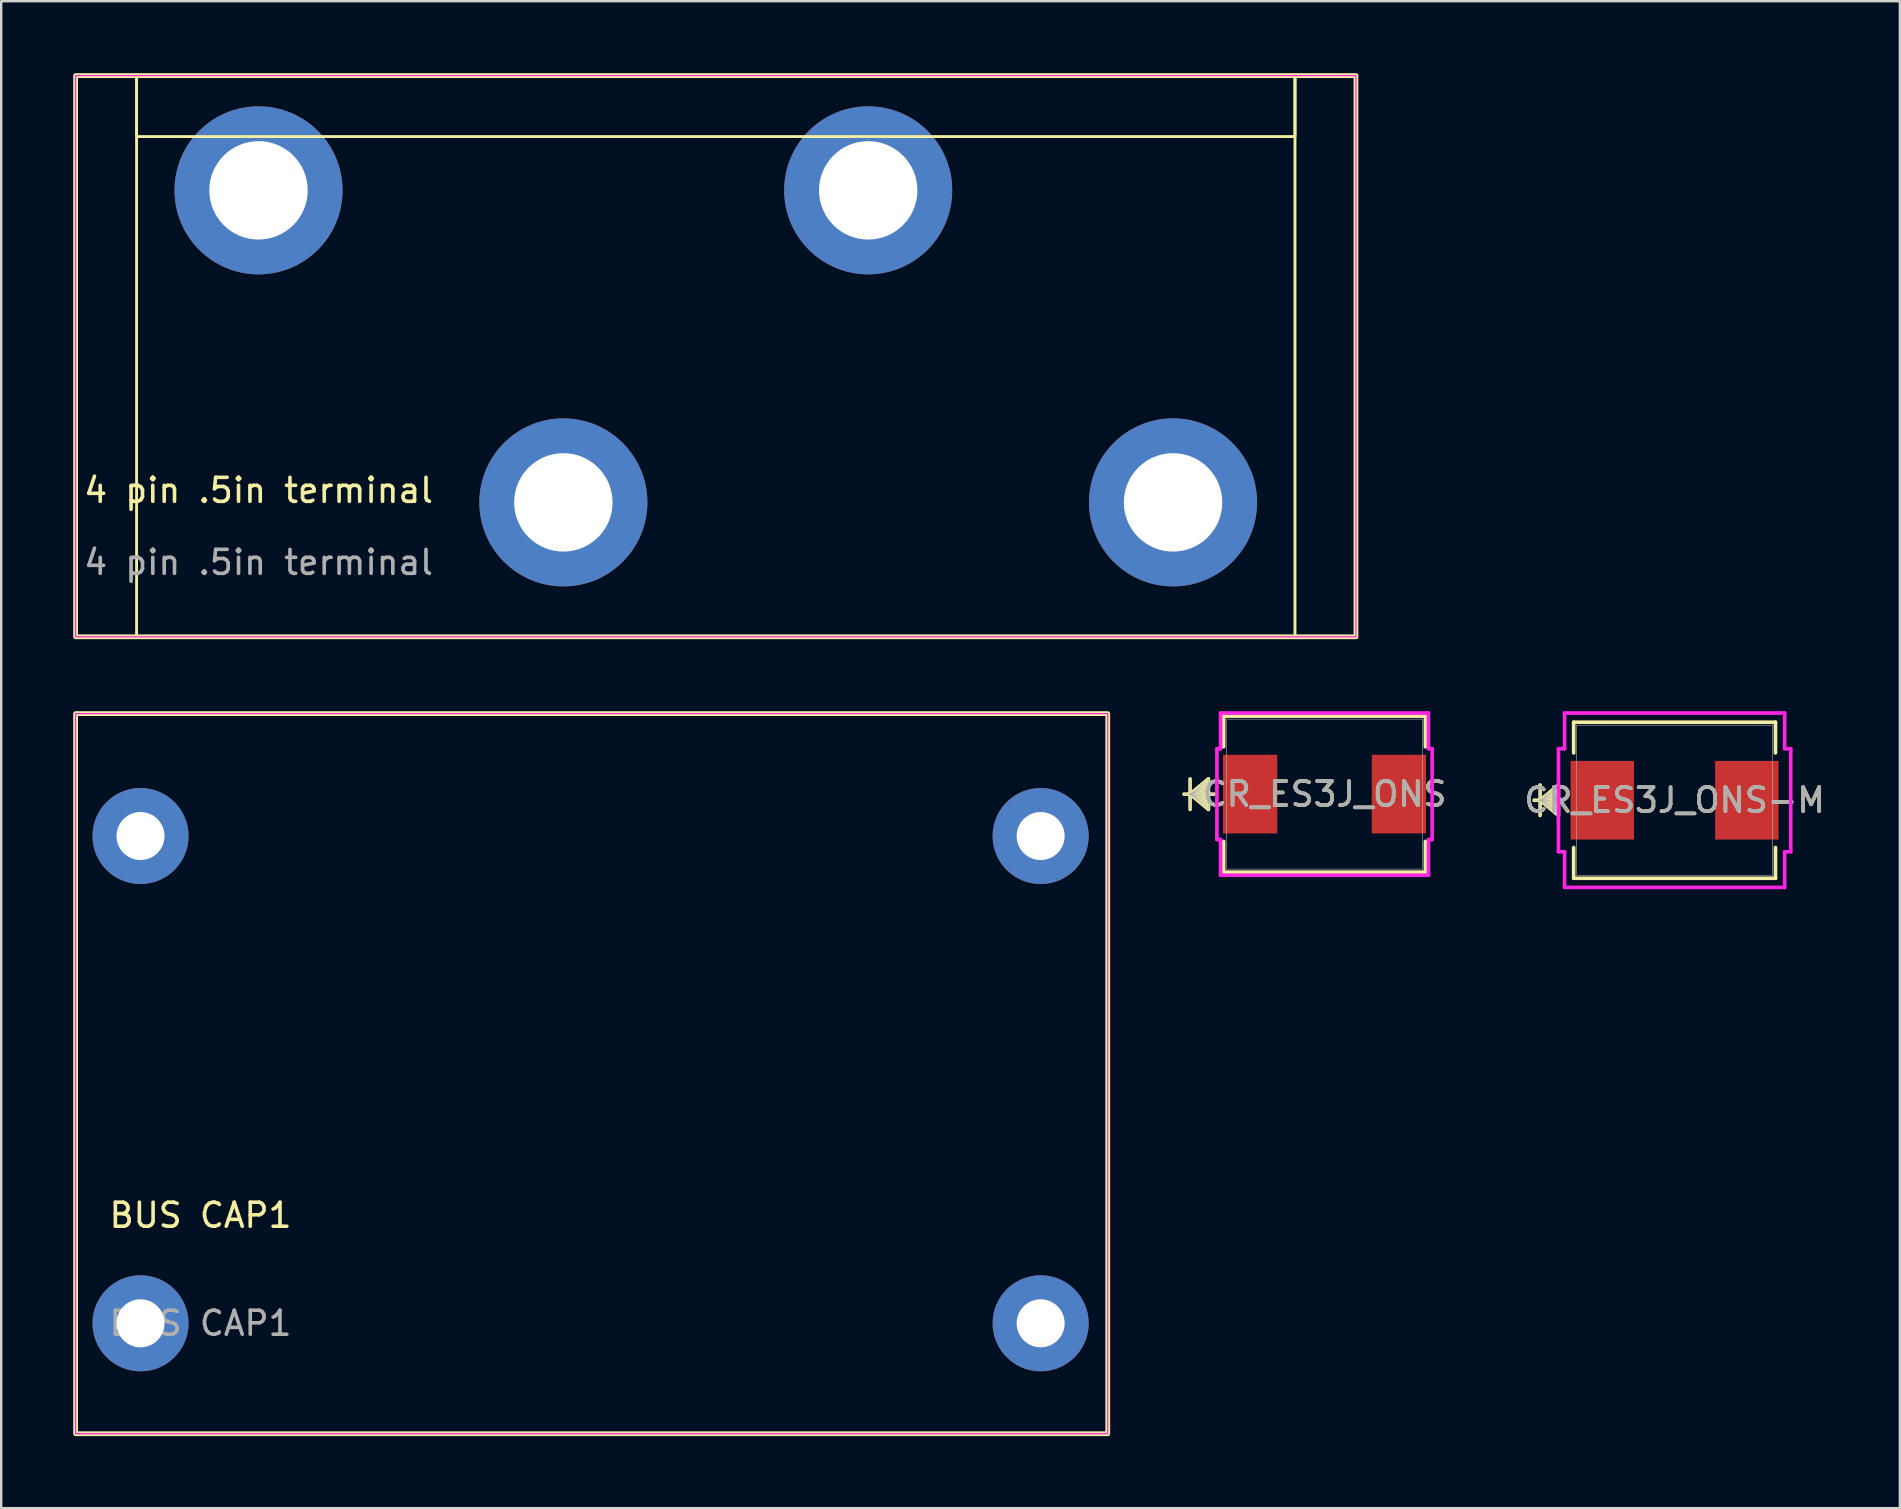
<source format=kicad_pcb>
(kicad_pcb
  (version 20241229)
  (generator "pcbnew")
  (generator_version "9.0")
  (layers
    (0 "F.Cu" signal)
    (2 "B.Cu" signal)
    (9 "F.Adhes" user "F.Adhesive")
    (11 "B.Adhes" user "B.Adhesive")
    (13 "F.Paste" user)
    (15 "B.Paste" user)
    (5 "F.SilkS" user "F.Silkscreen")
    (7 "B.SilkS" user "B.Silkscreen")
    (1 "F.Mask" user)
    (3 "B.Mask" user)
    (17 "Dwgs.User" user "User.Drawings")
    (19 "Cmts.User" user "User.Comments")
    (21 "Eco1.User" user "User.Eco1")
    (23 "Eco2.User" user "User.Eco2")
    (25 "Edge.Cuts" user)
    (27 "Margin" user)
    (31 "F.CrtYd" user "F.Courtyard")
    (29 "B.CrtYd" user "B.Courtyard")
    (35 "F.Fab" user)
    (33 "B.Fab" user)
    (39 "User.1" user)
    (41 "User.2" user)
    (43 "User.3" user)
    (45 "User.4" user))
  (footprint "CR_ES3J_ONS"
    (layer "F.Cu")
    (at 52.131 30.034)
    (property "Reference" "CR_ES3J_ONS" (at 0 0 0) (unlocked yes) (layer "F.SilkS") (effects (font (size 1 1) (thickness 0.15))))
    (attr smd)
    (fp_line (start -5.601 -0.635) (end -5.601 0.635) (stroke (width 0.152) (type solid)) (layer "F.SilkS"))
    (fp_line (start -5.601 0) (end -4.839 -0.635) (stroke (width 0.152) (type solid)) (layer "F.SilkS"))
    (fp_line (start -5.601 0) (end -4.839 -0.508) (stroke (width 0.152) (type solid)) (layer "F.SilkS"))
    (fp_line (start -5.601 0) (end -4.839 -0.381) (stroke (width 0.152) (type solid)) (layer "F.SilkS"))
    (fp_line (start -5.601 0) (end -4.839 -0.254) (stroke (width 0.152) (type solid)) (layer "F.SilkS"))
    (fp_line (start -5.601 0) (end -4.839 -0.127) (stroke (width 0.152) (type solid)) (layer "F.SilkS"))
    (fp_line (start -5.601 0) (end -4.839 0.127) (stroke (width 0.152) (type solid)) (layer "F.SilkS"))
    (fp_line (start -5.601 0) (end -4.839 0.254) (stroke (width 0.152) (type solid)) (layer "F.SilkS"))
    (fp_line (start -5.601 0) (end -4.839 0.381) (stroke (width 0.152) (type solid)) (layer "F.SilkS"))
    (fp_line (start -5.601 0) (end -4.839 0.508) (stroke (width 0.152) (type solid)) (layer "F.SilkS"))
    (fp_line (start -5.601 0) (end -4.839 0.635) (stroke (width 0.152) (type solid)) (layer "F.SilkS"))
    (fp_line (start -4.839 -0.635) (end -4.839 0.635) (stroke (width 0.152) (type solid)) (layer "F.SilkS"))
    (fp_line (start -4.585 0) (end -5.855 0) (stroke (width 0.152) (type solid)) (layer "F.SilkS"))
    (fp_line (start -4.204 -3.251) (end -4.204 -1.971) (stroke (width 0.152) (type solid)) (layer "F.SilkS"))
    (fp_line (start -4.204 1.971) (end -4.204 3.251) (stroke (width 0.152) (type solid)) (layer "F.SilkS"))
    (fp_line (start -4.204 3.251) (end 4.204 3.251) (stroke (width 0.152) (type solid)) (layer "F.SilkS"))
    (fp_line (start 4.204 -3.251) (end -4.204 -3.251) (stroke (width 0.152) (type solid)) (layer "F.SilkS"))
    (fp_line (start 4.204 -1.971) (end 4.204 -3.251) (stroke (width 0.152) (type solid)) (layer "F.SilkS"))
    (fp_line (start 4.204 3.251) (end 4.204 1.971) (stroke (width 0.152) (type solid)) (layer "F.SilkS"))
    (fp_line (start -4.483 -1.892) (end -4.331 -1.892) (stroke (width 0.152) (type solid)) (layer "F.CrtYd"))
    (fp_line (start -4.483 1.892) (end -4.483 -1.892) (stroke (width 0.152) (type solid)) (layer "F.CrtYd"))
    (fp_line (start -4.331 -3.378) (end 4.331 -3.378) (stroke (width 0.152) (type solid)) (layer "F.CrtYd"))
    (fp_line (start -4.331 -1.892) (end -4.331 -3.378) (stroke (width 0.152) (type solid)) (layer "F.CrtYd"))
    (fp_line (start -4.331 1.892) (end -4.483 1.892) (stroke (width 0.152) (type solid)) (layer "F.CrtYd"))
    (fp_line (start -4.331 3.378) (end -4.331 1.892) (stroke (width 0.152) (type solid)) (layer "F.CrtYd"))
    (fp_line (start 4.331 -3.378) (end 4.331 -1.892) (stroke (width 0.152) (type solid)) (layer "F.CrtYd"))
    (fp_line (start 4.331 -1.892) (end 4.483 -1.892) (stroke (width 0.152) (type solid)) (layer "F.CrtYd"))
    (fp_line (start 4.331 1.892) (end 4.331 3.378) (stroke (width 0.152) (type solid)) (layer "F.CrtYd"))
    (fp_line (start 4.331 3.378) (end -4.331 3.378) (stroke (width 0.152) (type solid)) (layer "F.CrtYd"))
    (fp_line (start 4.483 -1.892) (end 4.483 1.892) (stroke (width 0.152) (type solid)) (layer "F.CrtYd"))
    (fp_line (start 4.483 1.892) (end 4.331 1.892) (stroke (width 0.152) (type solid)) (layer "F.CrtYd"))
    (fp_line (start -5.601 -0.635) (end -5.601 0.635) (stroke (width 0.025) (type solid)) (layer "F.Fab"))
    (fp_line (start -5.601 0) (end -4.839 -0.635) (stroke (width 0.025) (type solid)) (layer "F.Fab"))
    (fp_line (start -5.601 0) (end -4.839 -0.508) (stroke (width 0.025) (type solid)) (layer "F.Fab"))
    (fp_line (start -5.601 0) (end -4.839 -0.381) (stroke (width 0.025) (type solid)) (layer "F.Fab"))
    (fp_line (start -5.601 0) (end -4.839 -0.254) (stroke (width 0.025) (type solid)) (layer "F.Fab"))
    (fp_line (start -5.601 0) (end -4.839 -0.127) (stroke (width 0.025) (type solid)) (layer "F.Fab"))
    (fp_line (start -5.601 0) (end -4.839 0.127) (stroke (width 0.025) (type solid)) (layer "F.Fab"))
    (fp_line (start -5.601 0) (end -4.839 0.254) (stroke (width 0.025) (type solid)) (layer "F.Fab"))
    (fp_line (start -5.601 0) (end -4.839 0.381) (stroke (width 0.025) (type solid)) (layer "F.Fab"))
    (fp_line (start -5.601 0) (end -4.839 0.508) (stroke (width 0.025) (type solid)) (layer "F.Fab"))
    (fp_line (start -5.601 0) (end -4.839 0.635) (stroke (width 0.025) (type solid)) (layer "F.Fab"))
    (fp_line (start -4.839 -0.635) (end -4.839 0.635) (stroke (width 0.025) (type solid)) (layer "F.Fab"))
    (fp_line (start -4.585 0) (end -5.855 0) (stroke (width 0.025) (type solid)) (layer "F.Fab"))
    (fp_line (start -4.077 -3.124) (end -4.077 3.124) (stroke (width 0.025) (type solid)) (layer "F.Fab"))
    (fp_line (start -4.077 3.124) (end 4.077 3.124) (stroke (width 0.025) (type solid)) (layer "F.Fab"))
    (fp_line (start 4.077 -3.124) (end -4.077 -3.124) (stroke (width 0.025) (type solid)) (layer "F.Fab"))
    (fp_line (start 4.077 3.124) (end 4.077 -3.124) (stroke (width 0.025) (type solid)) (layer "F.Fab"))
    (fp_text user "${REFERENCE}" (at 0 0 0) (unlocked yes) (layer "F.Fab") (effects (font (size 1 1) (thickness 0.15))))
    (pad "1" smd rect (at -3.099 0 90) (size 3.277 2.261) (layers "F.Cu" "F.Mask" "F.Paste"))
    (pad "2" smd rect (at 3.099 0 90) (size 3.277 2.261) (layers "F.Cu" "F.Mask" "F.Paste")))
  (footprint "4 pin .5in terminal"
    (layer "F.Cu")
    (at 7.72 17.88)
    (property "Reference" "4 pin .5in terminal" (at 0 -0.5 0) (unlocked yes) (layer "F.SilkS") (effects (font (size 1 1) (thickness 0.15))))
    (attr through_hole)
    (fp_rect (start -7.62 -17.78) (end 45.72 5.6) (stroke (width 0.2) (type solid)) (fill no) (layer "F.SilkS"))
    (fp_rect (start -7.62 5.6) (end -5.08 -17.78) (stroke (width 0.12) (type solid)) (fill no) (layer "F.SilkS"))
    (fp_rect (start -5.08 -17.78) (end 43.18 -15.24) (stroke (width 0.12) (type solid)) (fill no) (layer "F.SilkS"))
    (fp_rect (start 45.72 -17.78) (end 43.18 5.6) (stroke (width 0.12) (type solid)) (fill no) (layer "F.SilkS"))
    (fp_rect (start -7.62 -17.78) (end 45.72 5.6) (stroke (width 0.05) (type solid)) (fill no) (layer "F.CrtYd"))
    (fp_text user "${REFERENCE}" (at 0 2.5 0) (unlocked yes) (layer "F.Fab") (effects (font (size 1 1) (thickness 0.15))))
    (pad "1" thru_hole circle (at 0 -13) (size 7 7) (drill 4.1) (layers "*.Cu" "*.Mask"))
    (pad "2" thru_hole circle (at 12.7 0) (size 7 7) (drill 4.1) (layers "*.Cu" "*.Mask"))
    (pad "3" thru_hole circle (at 25.4 -13) (size 7 7) (drill 4.1) (layers "*.Cu" "*.Mask"))
    (pad "4" thru_hole circle (at 38.1 0) (size 7 7) (drill 4.1) (layers "*.Cu" "*.Mask")))
  (footprint "BUS CAP1"
    (layer "F.Cu")
    (at 2.804 52.08)
    (property "Reference" "BUS CAP1" (at 2.5 -4.5 0) (layer "F.SilkS") (effects (font (size 1 1) (thickness 0.15))))
    (attr through_hole)
    (fp_rect (start -2.704 -25.4) (end 40.296 4.6) (stroke (width 0.2) (type solid)) (fill no) (layer "F.SilkS"))
    (fp_rect (start -2.704 -25.4) (end 40.296 4.6) (stroke (width 0.05) (type solid)) (fill no) (layer "F.CrtYd"))
    (fp_text user "${REFERENCE}" (at 2.5 0 0) (layer "F.Fab") (effects (font (size 1 1) (thickness 0.15))))
    (pad "1" thru_hole circle (at 0 -20.3) (size 4 4) (drill 2) (layers "*.Cu" "*.Mask"))
    (pad "1" thru_hole circle (at 0 0) (size 4 4) (drill 2) (layers "*.Cu" "*.Mask"))
    (pad "2" thru_hole circle (at 37.5 -20.3) (size 4 4) (drill 2) (layers "*.Cu" "*.Mask"))
    (pad "2" thru_hole circle (at 37.5 0) (size 4 4) (drill 2) (layers "*.Cu" "*.Mask")))
  (footprint "CR_ES3J_ONS-M"
    (layer "F.Cu")
    (at 66.714 30.288)
    (property "Reference" "CR_ES3J_ONS-M" (at 0 0 0) (unlocked yes) (layer "F.SilkS") (effects (font (size 1 1) (thickness 0.15))))
    (attr smd)
    (fp_line (start -5.601 -0.635) (end -5.601 0.635) (stroke (width 0.152) (type solid)) (layer "F.SilkS"))
    (fp_line (start -5.601 0) (end -4.839 -0.635) (stroke (width 0.152) (type solid)) (layer "F.SilkS"))
    (fp_line (start -5.601 0) (end -4.839 -0.508) (stroke (width 0.152) (type solid)) (layer "F.SilkS"))
    (fp_line (start -5.601 0) (end -4.839 -0.381) (stroke (width 0.152) (type solid)) (layer "F.SilkS"))
    (fp_line (start -5.601 0) (end -4.839 -0.254) (stroke (width 0.152) (type solid)) (layer "F.SilkS"))
    (fp_line (start -5.601 0) (end -4.839 -0.127) (stroke (width 0.152) (type solid)) (layer "F.SilkS"))
    (fp_line (start -5.601 0) (end -4.839 0.127) (stroke (width 0.152) (type solid)) (layer "F.SilkS"))
    (fp_line (start -5.601 0) (end -4.839 0.254) (stroke (width 0.152) (type solid)) (layer "F.SilkS"))
    (fp_line (start -5.601 0) (end -4.839 0.381) (stroke (width 0.152) (type solid)) (layer "F.SilkS"))
    (fp_line (start -5.601 0) (end -4.839 0.508) (stroke (width 0.152) (type solid)) (layer "F.SilkS"))
    (fp_line (start -5.601 0) (end -4.839 0.635) (stroke (width 0.152) (type solid)) (layer "F.SilkS"))
    (fp_line (start -4.839 -0.635) (end -4.839 0.635) (stroke (width 0.152) (type solid)) (layer "F.SilkS"))
    (fp_line (start -4.663 0) (end -5.855 0) (stroke (width 0.152) (type solid)) (layer "F.SilkS"))
    (fp_line (start -4.204 -3.251) (end -4.204 -1.971) (stroke (width 0.152) (type solid)) (layer "F.SilkS"))
    (fp_line (start -4.204 1.971) (end -4.204 3.251) (stroke (width 0.152) (type solid)) (layer "F.SilkS"))
    (fp_line (start -4.204 3.251) (end 4.204 3.251) (stroke (width 0.152) (type solid)) (layer "F.SilkS"))
    (fp_line (start 4.204 -3.251) (end -4.204 -3.251) (stroke (width 0.152) (type solid)) (layer "F.SilkS"))
    (fp_line (start 4.204 -1.971) (end 4.204 -3.251) (stroke (width 0.152) (type solid)) (layer "F.SilkS"))
    (fp_line (start 4.204 3.251) (end 4.204 1.971) (stroke (width 0.152) (type solid)) (layer "F.SilkS"))
    (fp_line (start -4.839 -2.146) (end -4.585 -2.146) (stroke (width 0.152) (type solid)) (layer "F.CrtYd"))
    (fp_line (start -4.839 2.146) (end -4.839 -2.146) (stroke (width 0.152) (type solid)) (layer "F.CrtYd"))
    (fp_line (start -4.585 -3.632) (end 4.585 -3.632) (stroke (width 0.152) (type solid)) (layer "F.CrtYd"))
    (fp_line (start -4.585 -2.146) (end -4.585 -3.632) (stroke (width 0.152) (type solid)) (layer "F.CrtYd"))
    (fp_line (start -4.585 2.146) (end -4.839 2.146) (stroke (width 0.152) (type solid)) (layer "F.CrtYd"))
    (fp_line (start -4.585 3.632) (end -4.585 2.146) (stroke (width 0.152) (type solid)) (layer "F.CrtYd"))
    (fp_line (start 4.585 -3.632) (end 4.585 -2.146) (stroke (width 0.152) (type solid)) (layer "F.CrtYd"))
    (fp_line (start 4.585 -2.146) (end 4.839 -2.146) (stroke (width 0.152) (type solid)) (layer "F.CrtYd"))
    (fp_line (start 4.585 2.146) (end 4.585 3.632) (stroke (width 0.152) (type solid)) (layer "F.CrtYd"))
    (fp_line (start 4.585 3.632) (end -4.585 3.632) (stroke (width 0.152) (type solid)) (layer "F.CrtYd"))
    (fp_line (start 4.839 -2.146) (end 4.839 2.146) (stroke (width 0.152) (type solid)) (layer "F.CrtYd"))
    (fp_line (start 4.839 2.146) (end 4.585 2.146) (stroke (width 0.152) (type solid)) (layer "F.CrtYd"))
    (fp_line (start -5.601 -0.635) (end -5.601 0.635) (stroke (width 0.025) (type solid)) (layer "F.Fab"))
    (fp_line (start -5.601 0) (end -4.839 -0.635) (stroke (width 0.025) (type solid)) (layer "F.Fab"))
    (fp_line (start -5.601 0) (end -4.839 -0.508) (stroke (width 0.025) (type solid)) (layer "F.Fab"))
    (fp_line (start -5.601 0) (end -4.839 -0.381) (stroke (width 0.025) (type solid)) (layer "F.Fab"))
    (fp_line (start -5.601 0) (end -4.839 -0.254) (stroke (width 0.025) (type solid)) (layer "F.Fab"))
    (fp_line (start -5.601 0) (end -4.839 -0.127) (stroke (width 0.025) (type solid)) (layer "F.Fab"))
    (fp_line (start -5.601 0) (end -4.839 0.127) (stroke (width 0.025) (type solid)) (layer "F.Fab"))
    (fp_line (start -5.601 0) (end -4.839 0.254) (stroke (width 0.025) (type solid)) (layer "F.Fab"))
    (fp_line (start -5.601 0) (end -4.839 0.381) (stroke (width 0.025) (type solid)) (layer "F.Fab"))
    (fp_line (start -5.601 0) (end -4.839 0.508) (stroke (width 0.025) (type solid)) (layer "F.Fab"))
    (fp_line (start -5.601 0) (end -4.839 0.635) (stroke (width 0.025) (type solid)) (layer "F.Fab"))
    (fp_line (start -4.839 -0.635) (end -4.839 0.635) (stroke (width 0.025) (type solid)) (layer "F.Fab"))
    (fp_line (start -4.585 0) (end -5.855 0) (stroke (width 0.025) (type solid)) (layer "F.Fab"))
    (fp_line (start -4.077 -3.124) (end -4.077 3.124) (stroke (width 0.025) (type solid)) (layer "F.Fab"))
    (fp_line (start -4.077 3.124) (end 4.077 3.124) (stroke (width 0.025) (type solid)) (layer "F.Fab"))
    (fp_line (start 4.077 -3.124) (end -4.077 -3.124) (stroke (width 0.025) (type solid)) (layer "F.Fab"))
    (fp_line (start 4.077 3.124) (end 4.077 -3.124) (stroke (width 0.025) (type solid)) (layer "F.Fab"))
    (fp_text user "${REFERENCE}" (at 0 0 0) (unlocked yes) (layer "F.Fab") (effects (font (size 1 1) (thickness 0.15))))
    (pad "1" smd rect (at -3.01 0 90) (size 3.277 2.642) (layers "F.Cu" "F.Mask" "F.Paste"))
    (pad "2" smd rect (at 3.01 0 90) (size 3.277 2.642) (layers "F.Cu" "F.Mask" "F.Paste"))
    (zone (net_name "") (layer "F.Cu") (hatch full 0.508) (connect_pads) (min_thickness 0.254) (filled_areas_thickness no) (keepout (tracks not_allowed) (vias not_allowed) (pads allowed) (copperpour not_allowed) (footprints allowed)) (placement (enabled no)) (fill) (polygon (pts (xy 62.688 27.215) (xy 70.74 27.215) (xy 70.74 28.599) (xy 62.688 28.599))))
    (zone (net_name "") (layer "F.Cu") (hatch full 0.508) (connect_pads) (min_thickness 0.254) (filled_areas_thickness no) (keepout (tracks not_allowed) (vias not_allowed) (pads allowed) (copperpour not_allowed) (footprints allowed)) (placement (enabled no)) (fill) (polygon (pts (xy 62.688 31.977) (xy 70.74 31.977) (xy 70.74 33.362) (xy 62.688 33.362))))
    (zone (net_name "") (layer "F.Cu") (hatch full 0.508) (connect_pads) (min_thickness 0.254) (filled_areas_thickness no) (keepout (tracks not_allowed) (vias not_allowed) (pads allowed) (copperpour not_allowed) (footprints allowed)) (placement (enabled no)) (fill) (polygon (pts (xy 65.076 28.599) (xy 68.353 28.599) (xy 68.353 31.977) (xy 65.076 31.977)))))
  (gr_rect
    (start -3 -3)
    (end 76.101 59.78)
    (stroke (width 0.1) (type default))
    (fill no)
    (layer "Edge.Cuts")))
</source>
